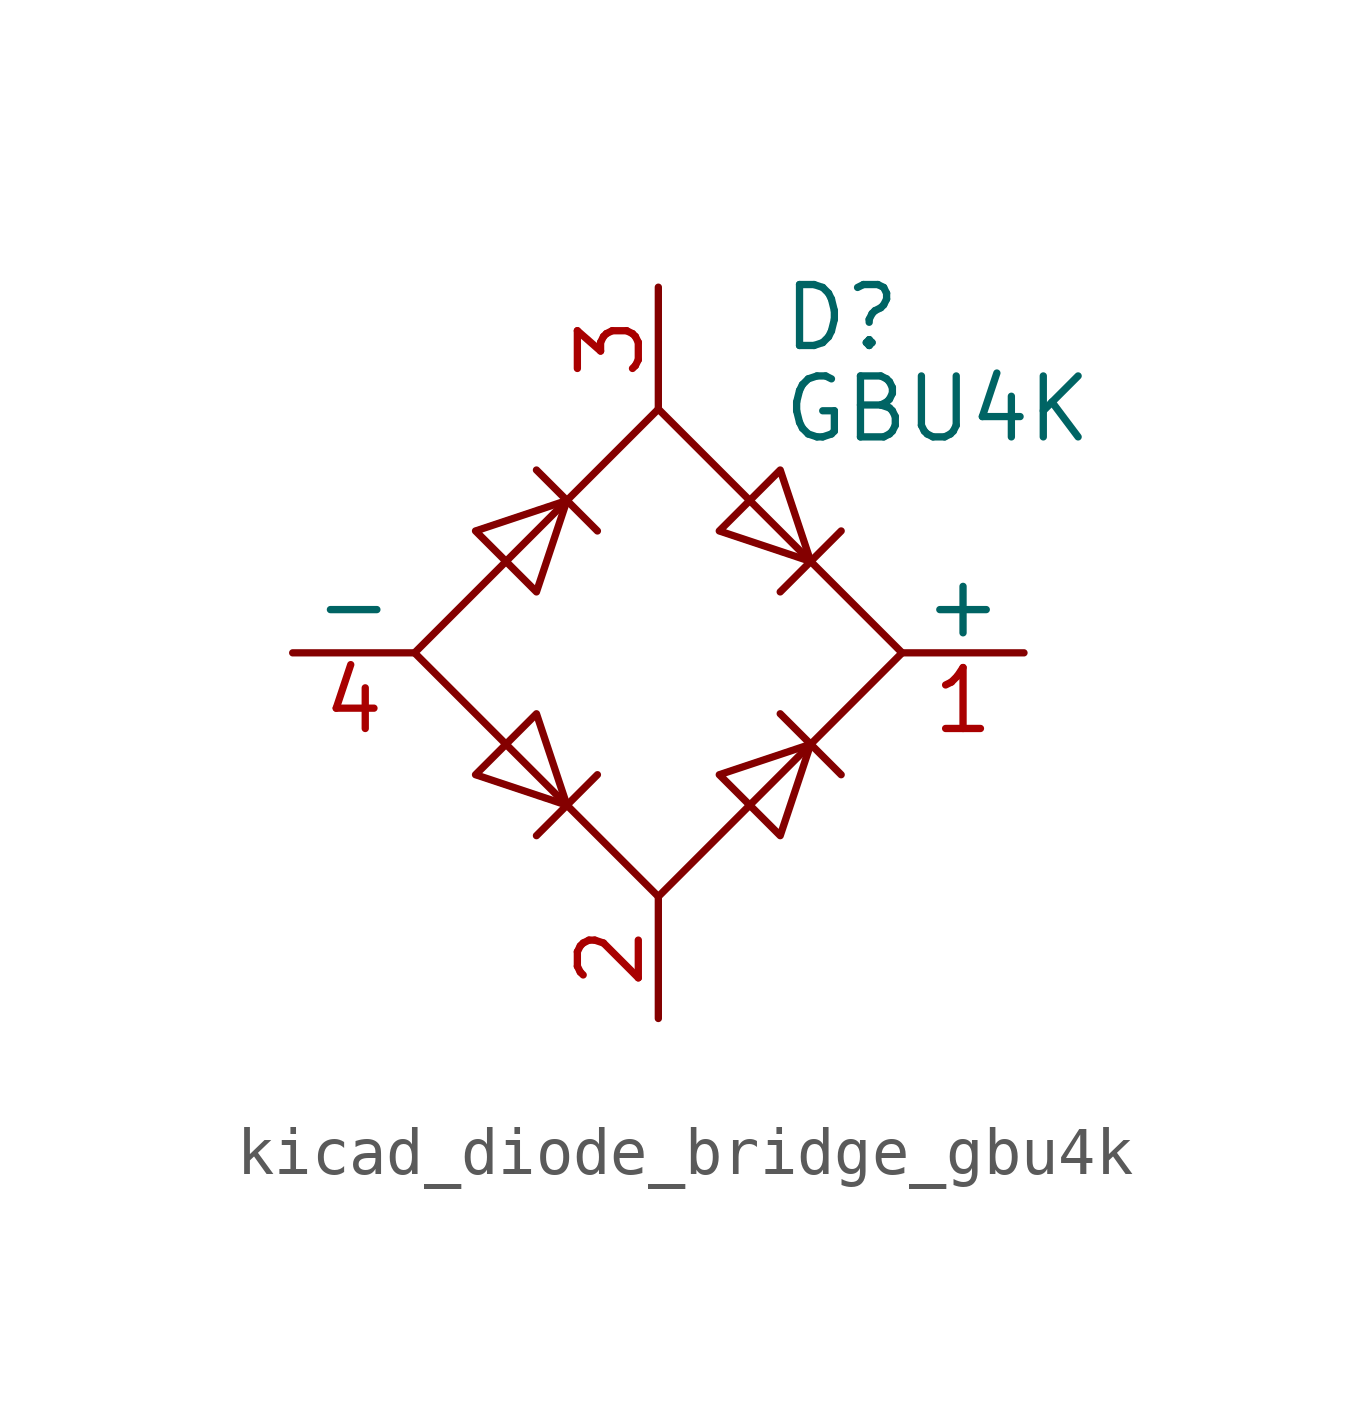
<source format=kicad_sym>
(kicad_symbol_lib
  (version 20220914)
  (generator kicad_symbol_editor)
  (symbol "kicad_diode_bridge_gbu4k"
    (pin_names
      (offset 0))
    (property "Reference" "D"
      (at 2.54 6.985 0)
      (effects (font (size 1.27 1.27)) (justify left)))
    (property "Value" "GBU4K"
      (at 2.54 5.08 0)
      (effects (font (size 1.27 1.27)) (justify left)))
    (symbol "kicad_diode_bridge_gbu4k_0_1"
      (polyline (pts (xy -2.54 3.81) (xy -1.27 2.54)) (stroke (width 0) (type default)) (fill (type none)))
      (polyline (pts (xy -1.27 -2.54) (xy -2.54 -3.81)) (stroke (width 0) (type default)) (fill (type none)))
      (polyline (pts (xy 2.54 -1.27) (xy 3.81 -2.54)) (stroke (width 0) (type default)) (fill (type none)))
      (polyline (pts (xy 2.54 1.27) (xy 3.81 2.54)) (stroke (width 0) (type default)) (fill (type none)))
      (polyline (pts (xy -3.81 2.54) (xy -2.54 1.27) (xy -1.905 3.175) (xy -3.81 2.54)) (stroke (width 0) (type default)) (fill (type none)))
      (polyline (pts (xy -2.54 -1.27) (xy -3.81 -2.54) (xy -1.905 -3.175) (xy -2.54 -1.27)) (stroke (width 0) (type default)) (fill (type none)))
      (polyline (pts (xy 1.27 2.54) (xy 2.54 3.81) (xy 3.175 1.905) (xy 1.27 2.54)) (stroke (width 0) (type default)) (fill (type none)))
      (polyline (pts (xy 3.175 -1.905) (xy 1.27 -2.54) (xy 2.54 -3.81) (xy 3.175 -1.905)) (stroke (width 0) (type default)) (fill (type none)))
      (polyline (pts (xy -5.08 0) (xy 0 -5.08) (xy 5.08 0) (xy 0 5.08) (xy -5.08 0)) (stroke (width 0) (type default)) (fill (type none))))
    (symbol "kicad_diode_bridge_gbu4k_1_1"
      (pin passive line (at 7.62 0 180) (length 2.54) (name "+" (effects (font (size 1.27 1.27)))) (number "1" (effects (font (size 1.27 1.27)))))
      (pin passive line (at 0 -7.62 90) (length 2.54) (name "~" (effects (font (size 1.27 1.27)))) (number "2" (effects (font (size 1.27 1.27)))))
      (pin passive line (at 0 7.62 270) (length 2.54) (name "~" (effects (font (size 1.27 1.27)))) (number "3" (effects (font (size 1.27 1.27)))))
      (pin passive line (at -7.62 0 0) (length 2.54) (name "-" (effects (font (size 1.27 1.27)))) (number "4" (effects (font (size 1.27 1.27))))))))
</source>
